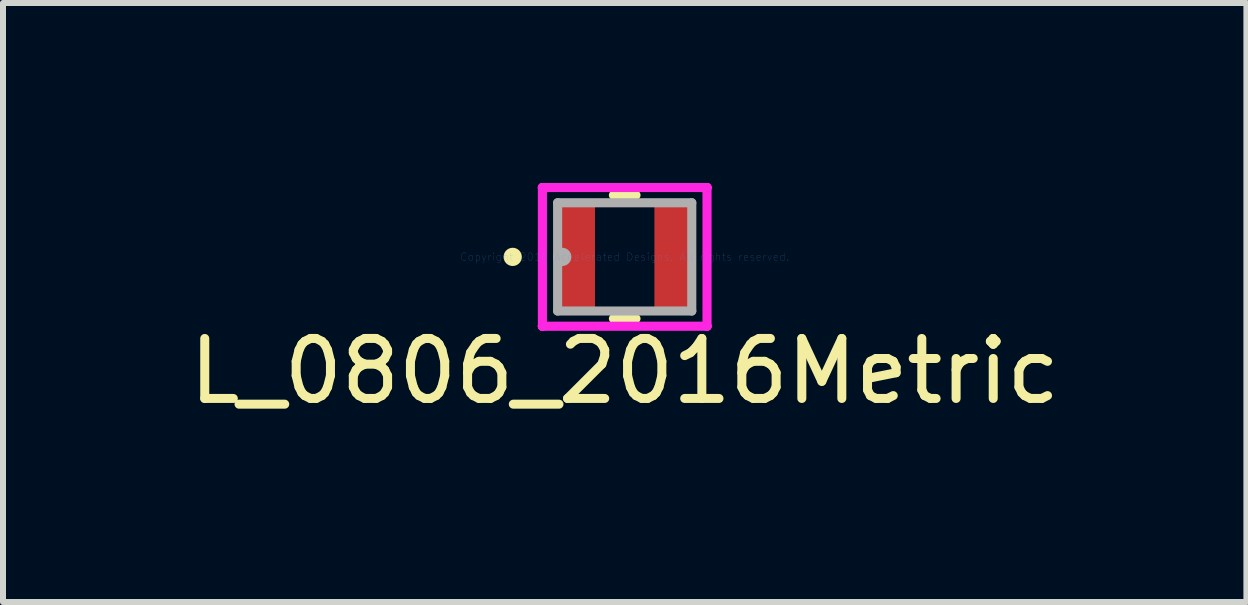
<source format=kicad_pcb>
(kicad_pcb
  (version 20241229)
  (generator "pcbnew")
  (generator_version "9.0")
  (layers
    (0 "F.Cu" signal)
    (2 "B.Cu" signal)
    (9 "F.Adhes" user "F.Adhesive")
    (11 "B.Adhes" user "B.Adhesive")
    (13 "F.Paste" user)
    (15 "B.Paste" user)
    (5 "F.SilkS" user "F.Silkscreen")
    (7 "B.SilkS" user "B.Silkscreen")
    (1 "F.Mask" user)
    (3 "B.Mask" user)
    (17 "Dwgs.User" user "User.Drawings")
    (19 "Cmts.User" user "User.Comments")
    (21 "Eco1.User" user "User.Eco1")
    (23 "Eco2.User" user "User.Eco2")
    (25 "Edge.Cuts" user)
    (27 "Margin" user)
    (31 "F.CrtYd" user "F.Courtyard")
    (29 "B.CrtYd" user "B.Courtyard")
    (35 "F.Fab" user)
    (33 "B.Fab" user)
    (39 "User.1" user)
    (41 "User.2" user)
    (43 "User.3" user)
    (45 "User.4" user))
  (footprint "L_0806_2016Metric"
    (layer "F.Cu")
    (at 7.363 1.232)
    (property "Reference" "L_0806_2016Metric" (at 0 1.905 0) (layer "F.SilkS") (effects (font (size 1 1) (thickness 0.15))))
    (attr through_hole)
    (fp_line (start -0.188 1.029) (end 0.188 1.029) (stroke (width 0.152) (type solid)) (layer "F.SilkS"))
    (fp_line (start 0.188 -1.029) (end -0.188 -1.029) (stroke (width 0.152) (type solid)) (layer "F.SilkS"))
    (fp_circle (center -1.867 0) (end -1.791 0) (stroke (width 0.152) (type solid)) (fill no) (layer "F.SilkS"))
    (fp_line (start -1.372 -1.156) (end -1.372 -1.156) (stroke (width 0.152) (type solid)) (layer "F.CrtYd"))
    (fp_line (start -1.372 -1.156) (end -1.372 -1.156) (stroke (width 0.152) (type solid)) (layer "F.CrtYd"))
    (fp_line (start -1.372 -1.156) (end 1.372 -1.156) (stroke (width 0.152) (type solid)) (layer "F.CrtYd"))
    (fp_line (start -1.372 1.156) (end -1.372 -1.156) (stroke (width 0.152) (type solid)) (layer "F.CrtYd"))
    (fp_line (start -1.372 1.156) (end -1.372 1.156) (stroke (width 0.152) (type solid)) (layer "F.CrtYd"))
    (fp_line (start -1.372 1.156) (end -1.372 1.156) (stroke (width 0.152) (type solid)) (layer "F.CrtYd"))
    (fp_line (start 1.372 -1.156) (end 1.372 -1.156) (stroke (width 0.152) (type solid)) (layer "F.CrtYd"))
    (fp_line (start 1.372 -1.156) (end 1.372 -1.156) (stroke (width 0.152) (type solid)) (layer "F.CrtYd"))
    (fp_line (start 1.372 -1.156) (end 1.372 1.156) (stroke (width 0.152) (type solid)) (layer "F.CrtYd"))
    (fp_line (start 1.372 1.156) (end -1.372 1.156) (stroke (width 0.152) (type solid)) (layer "F.CrtYd"))
    (fp_line (start 1.372 1.156) (end 1.372 1.156) (stroke (width 0.152) (type solid)) (layer "F.CrtYd"))
    (fp_line (start 1.372 1.156) (end 1.372 1.156) (stroke (width 0.152) (type solid)) (layer "F.CrtYd"))
    (fp_line (start -1.118 -0.902) (end -1.118 0.902) (stroke (width 0.152) (type solid)) (layer "F.Fab"))
    (fp_line (start -1.118 0.902) (end 1.118 0.902) (stroke (width 0.152) (type solid)) (layer "F.Fab"))
    (fp_line (start 1.118 -0.902) (end -1.118 -0.902) (stroke (width 0.152) (type solid)) (layer "F.Fab"))
    (fp_line (start 1.118 0.902) (end 1.118 -0.902) (stroke (width 0.152) (type solid)) (layer "F.Fab"))
    (fp_circle (center -1.041 0) (end -0.965 0) (stroke (width 0.152) (type solid)) (fill no) (layer "F.Fab"))
    (fp_text user "Copyright 2016 Accelerated Designs. All rights reserved." (at 0 0 0) (layer "Cmts.User") (effects (font (size 0.127 0.127) (thickness 0.002))))
    (pad "1" smd rect (at -0.8 0) (size 0.61 1.803) (layers "F.Cu" "F.Mask" "F.Paste"))
    (pad "2" smd rect (at 0.8 0) (size 0.61 1.803) (layers "F.Cu" "F.Mask" "F.Paste")))
  (gr_rect
    (start -3 -3)
    (end 17.726 6.985)
    (stroke (width 0.1) (type default))
    (fill no)
    (layer "Edge.Cuts")))
</source>
